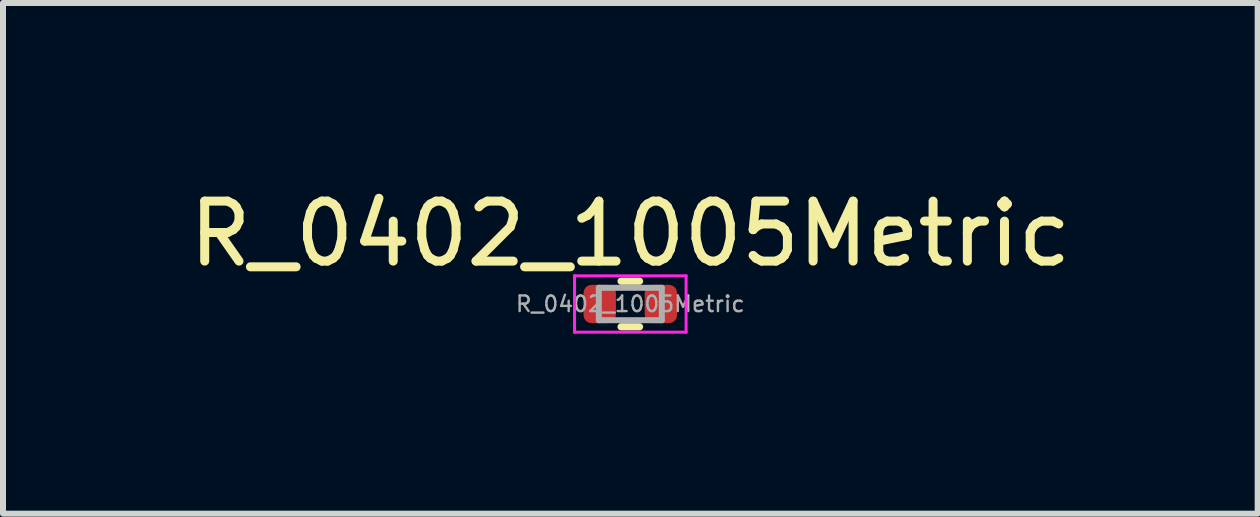
<source format=kicad_pcb>
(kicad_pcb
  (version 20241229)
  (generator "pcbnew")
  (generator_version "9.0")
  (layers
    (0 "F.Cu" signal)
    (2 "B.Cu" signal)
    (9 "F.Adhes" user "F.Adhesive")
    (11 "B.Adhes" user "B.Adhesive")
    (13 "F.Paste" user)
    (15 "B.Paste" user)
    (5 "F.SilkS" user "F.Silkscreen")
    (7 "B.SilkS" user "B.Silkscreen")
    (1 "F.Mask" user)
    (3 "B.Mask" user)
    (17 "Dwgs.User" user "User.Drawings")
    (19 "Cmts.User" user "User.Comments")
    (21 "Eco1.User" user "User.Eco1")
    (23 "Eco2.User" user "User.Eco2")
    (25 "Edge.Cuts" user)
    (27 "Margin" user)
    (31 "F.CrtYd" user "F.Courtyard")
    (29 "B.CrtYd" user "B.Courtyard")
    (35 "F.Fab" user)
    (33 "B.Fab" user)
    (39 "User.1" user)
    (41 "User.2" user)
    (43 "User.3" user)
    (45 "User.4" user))
  (footprint "R_0402_1005Metric"
    (layer "F.Cu")
    (at 7.458 2.018)
    (property "Reference" "R_0402_1005Metric" (at 0 -1.17 0) (layer "F.SilkS") (effects (font (size 1 1) (thickness 0.15))))
    (attr smd)
    (fp_line (start -0.154 -0.38) (end 0.154 -0.38) (stroke (width 0.12) (type solid)) (layer "F.SilkS"))
    (fp_line (start -0.154 0.38) (end 0.154 0.38) (stroke (width 0.12) (type solid)) (layer "F.SilkS"))
    (fp_line (start -0.93 -0.47) (end 0.93 -0.47) (stroke (width 0.05) (type solid)) (layer "F.CrtYd"))
    (fp_line (start -0.93 0.47) (end -0.93 -0.47) (stroke (width 0.05) (type solid)) (layer "F.CrtYd"))
    (fp_line (start 0.93 -0.47) (end 0.93 0.47) (stroke (width 0.05) (type solid)) (layer "F.CrtYd"))
    (fp_line (start 0.93 0.47) (end -0.93 0.47) (stroke (width 0.05) (type solid)) (layer "F.CrtYd"))
    (fp_line (start -0.525 -0.27) (end 0.525 -0.27) (stroke (width 0.1) (type solid)) (layer "F.Fab"))
    (fp_line (start -0.525 0.27) (end -0.525 -0.27) (stroke (width 0.1) (type solid)) (layer "F.Fab"))
    (fp_line (start 0.525 -0.27) (end 0.525 0.27) (stroke (width 0.1) (type solid)) (layer "F.Fab"))
    (fp_line (start 0.525 0.27) (end -0.525 0.27) (stroke (width 0.1) (type solid)) (layer "F.Fab"))
    (fp_text user "${REFERENCE}" (at 0 0 0) (layer "F.Fab") (effects (font (size 0.26 0.26) (thickness 0.04))))
    (pad "1" smd roundrect (at -0.51 0) (size 0.54 0.64) (layers "F.Cu" "F.Mask" "F.Paste") (roundrect_rratio 0.25))
    (pad "2" smd roundrect (at 0.51 0) (size 0.54 0.64) (layers "F.Cu" "F.Mask" "F.Paste") (roundrect_rratio 0.25)))
  (gr_rect
    (start -3 -3)
    (end 17.917 5.513)
    (stroke (width 0.1) (type default))
    (fill no)
    (layer "Edge.Cuts")))
</source>
